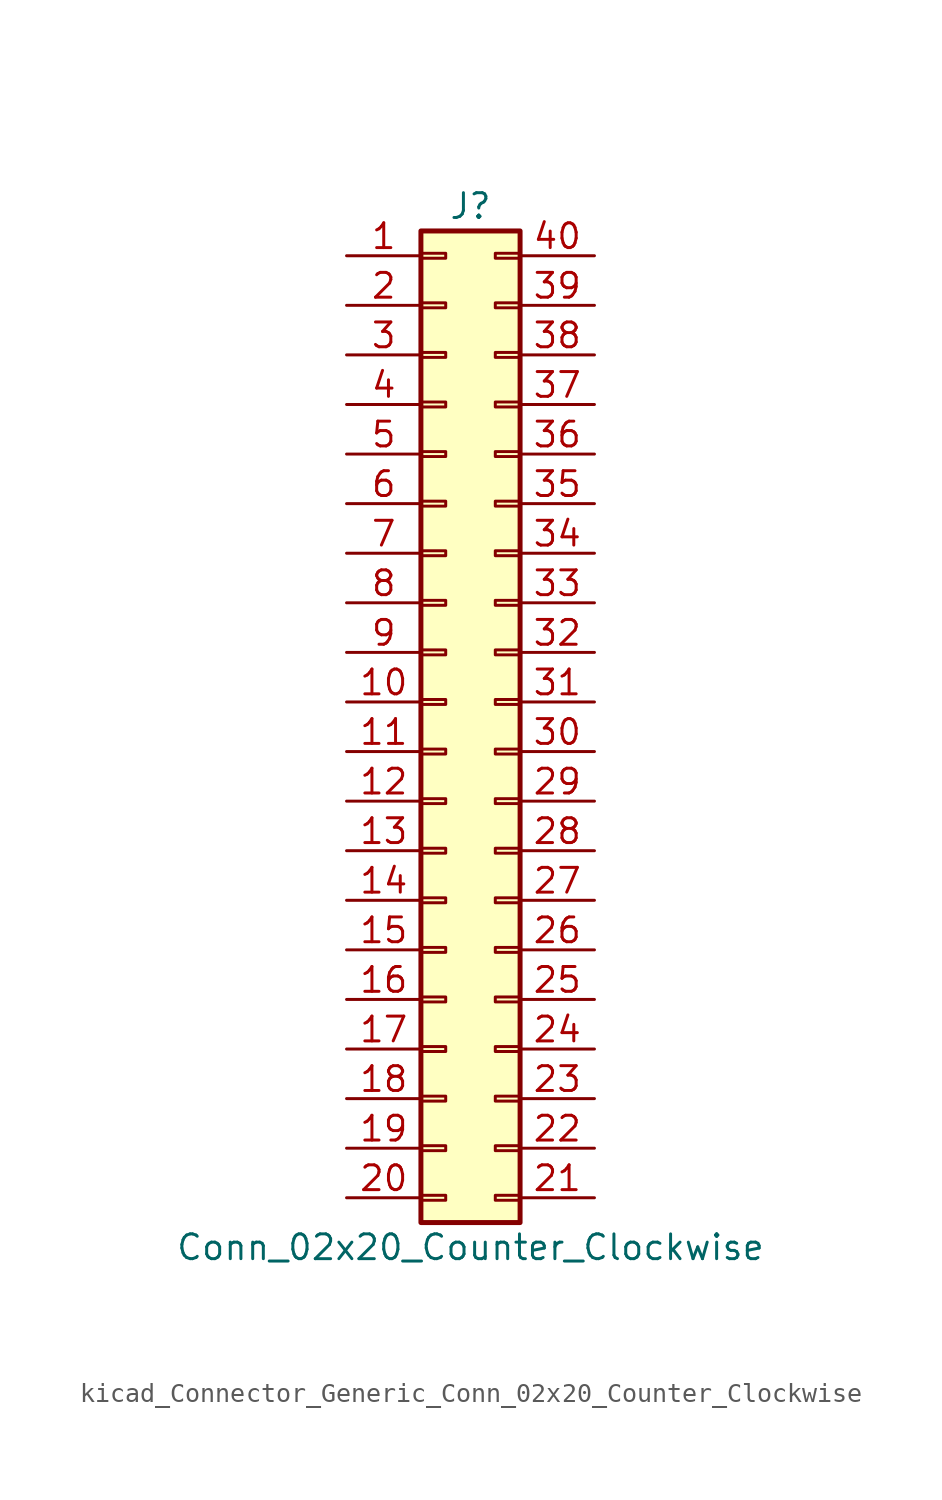
<source format=kicad_sym>
(kicad_symbol_lib
  (version 20220914)
  (generator kicad_symbol_editor)
  (symbol "kicad_Connector_Generic_Conn_02x20_Counter_Clockwise"
    (pin_names
      (offset 1.016) hide)
    (property "Reference" "J"
      (at 1.27 25.4 0)
      (effects (font (size 1.27 1.27))))
    (property "Value" "Conn_02x20_Counter_Clockwise"
      (at 1.27 -27.94 0)
      (effects (font (size 1.27 1.27))))
    (symbol "kicad_Connector_Generic_Conn_02x20_Counter_Clockwise_1_1"
      (rectangle (start -1.27 -25.273) (end 0 -25.527) (stroke (width 0.152) (type default)) (fill (type none)))
      (rectangle (start -1.27 -22.733) (end 0 -22.987) (stroke (width 0.152) (type default)) (fill (type none)))
      (rectangle (start -1.27 -20.193) (end 0 -20.447) (stroke (width 0.152) (type default)) (fill (type none)))
      (rectangle (start -1.27 -17.653) (end 0 -17.907) (stroke (width 0.152) (type default)) (fill (type none)))
      (rectangle (start -1.27 -15.113) (end 0 -15.367) (stroke (width 0.152) (type default)) (fill (type none)))
      (rectangle (start -1.27 -12.573) (end 0 -12.827) (stroke (width 0.152) (type default)) (fill (type none)))
      (rectangle (start -1.27 -10.033) (end 0 -10.287) (stroke (width 0.152) (type default)) (fill (type none)))
      (rectangle (start -1.27 -7.493) (end 0 -7.747) (stroke (width 0.152) (type default)) (fill (type none)))
      (rectangle (start -1.27 -4.953) (end 0 -5.207) (stroke (width 0.152) (type default)) (fill (type none)))
      (rectangle (start -1.27 -2.413) (end 0 -2.667) (stroke (width 0.152) (type default)) (fill (type none)))
      (rectangle (start -1.27 0.127) (end 0 -0.127) (stroke (width 0.152) (type default)) (fill (type none)))
      (rectangle (start -1.27 2.667) (end 0 2.413) (stroke (width 0.152) (type default)) (fill (type none)))
      (rectangle (start -1.27 5.207) (end 0 4.953) (stroke (width 0.152) (type default)) (fill (type none)))
      (rectangle (start -1.27 7.747) (end 0 7.493) (stroke (width 0.152) (type default)) (fill (type none)))
      (rectangle (start -1.27 10.287) (end 0 10.033) (stroke (width 0.152) (type default)) (fill (type none)))
      (rectangle (start -1.27 12.827) (end 0 12.573) (stroke (width 0.152) (type default)) (fill (type none)))
      (rectangle (start -1.27 15.367) (end 0 15.113) (stroke (width 0.152) (type default)) (fill (type none)))
      (rectangle (start -1.27 17.907) (end 0 17.653) (stroke (width 0.152) (type default)) (fill (type none)))
      (rectangle (start -1.27 20.447) (end 0 20.193) (stroke (width 0.152) (type default)) (fill (type none)))
      (rectangle (start -1.27 22.987) (end 0 22.733) (stroke (width 0.152) (type default)) (fill (type none)))
      (rectangle (start -1.27 24.13) (end 3.81 -26.67) (stroke (width 0.254) (type default)) (fill (type background)))
      (rectangle (start 3.81 -25.273) (end 2.54 -25.527) (stroke (width 0.152) (type default)) (fill (type none)))
      (rectangle (start 3.81 -22.733) (end 2.54 -22.987) (stroke (width 0.152) (type default)) (fill (type none)))
      (rectangle (start 3.81 -20.193) (end 2.54 -20.447) (stroke (width 0.152) (type default)) (fill (type none)))
      (rectangle (start 3.81 -17.653) (end 2.54 -17.907) (stroke (width 0.152) (type default)) (fill (type none)))
      (rectangle (start 3.81 -15.113) (end 2.54 -15.367) (stroke (width 0.152) (type default)) (fill (type none)))
      (rectangle (start 3.81 -12.573) (end 2.54 -12.827) (stroke (width 0.152) (type default)) (fill (type none)))
      (rectangle (start 3.81 -10.033) (end 2.54 -10.287) (stroke (width 0.152) (type default)) (fill (type none)))
      (rectangle (start 3.81 -7.493) (end 2.54 -7.747) (stroke (width 0.152) (type default)) (fill (type none)))
      (rectangle (start 3.81 -4.953) (end 2.54 -5.207) (stroke (width 0.152) (type default)) (fill (type none)))
      (rectangle (start 3.81 -2.413) (end 2.54 -2.667) (stroke (width 0.152) (type default)) (fill (type none)))
      (rectangle (start 3.81 0.127) (end 2.54 -0.127) (stroke (width 0.152) (type default)) (fill (type none)))
      (rectangle (start 3.81 2.667) (end 2.54 2.413) (stroke (width 0.152) (type default)) (fill (type none)))
      (rectangle (start 3.81 5.207) (end 2.54 4.953) (stroke (width 0.152) (type default)) (fill (type none)))
      (rectangle (start 3.81 7.747) (end 2.54 7.493) (stroke (width 0.152) (type default)) (fill (type none)))
      (rectangle (start 3.81 10.287) (end 2.54 10.033) (stroke (width 0.152) (type default)) (fill (type none)))
      (rectangle (start 3.81 12.827) (end 2.54 12.573) (stroke (width 0.152) (type default)) (fill (type none)))
      (rectangle (start 3.81 15.367) (end 2.54 15.113) (stroke (width 0.152) (type default)) (fill (type none)))
      (rectangle (start 3.81 17.907) (end 2.54 17.653) (stroke (width 0.152) (type default)) (fill (type none)))
      (rectangle (start 3.81 20.447) (end 2.54 20.193) (stroke (width 0.152) (type default)) (fill (type none)))
      (rectangle (start 3.81 22.987) (end 2.54 22.733) (stroke (width 0.152) (type default)) (fill (type none)))
      (pin passive line (at -5.08 22.86 0) (length 3.81) (name "Pin_1" (effects (font (size 1.27 1.27)))) (number "1" (effects (font (size 1.27 1.27)))))
      (pin passive line (at -5.08 0 0) (length 3.81) (name "Pin_10" (effects (font (size 1.27 1.27)))) (number "10" (effects (font (size 1.27 1.27)))))
      (pin passive line (at -5.08 -2.54 0) (length 3.81) (name "Pin_11" (effects (font (size 1.27 1.27)))) (number "11" (effects (font (size 1.27 1.27)))))
      (pin passive line (at -5.08 -5.08 0) (length 3.81) (name "Pin_12" (effects (font (size 1.27 1.27)))) (number "12" (effects (font (size 1.27 1.27)))))
      (pin passive line (at -5.08 -7.62 0) (length 3.81) (name "Pin_13" (effects (font (size 1.27 1.27)))) (number "13" (effects (font (size 1.27 1.27)))))
      (pin passive line (at -5.08 -10.16 0) (length 3.81) (name "Pin_14" (effects (font (size 1.27 1.27)))) (number "14" (effects (font (size 1.27 1.27)))))
      (pin passive line (at -5.08 -12.7 0) (length 3.81) (name "Pin_15" (effects (font (size 1.27 1.27)))) (number "15" (effects (font (size 1.27 1.27)))))
      (pin passive line (at -5.08 -15.24 0) (length 3.81) (name "Pin_16" (effects (font (size 1.27 1.27)))) (number "16" (effects (font (size 1.27 1.27)))))
      (pin passive line (at -5.08 -17.78 0) (length 3.81) (name "Pin_17" (effects (font (size 1.27 1.27)))) (number "17" (effects (font (size 1.27 1.27)))))
      (pin passive line (at -5.08 -20.32 0) (length 3.81) (name "Pin_18" (effects (font (size 1.27 1.27)))) (number "18" (effects (font (size 1.27 1.27)))))
      (pin passive line (at -5.08 -22.86 0) (length 3.81) (name "Pin_19" (effects (font (size 1.27 1.27)))) (number "19" (effects (font (size 1.27 1.27)))))
      (pin passive line (at -5.08 20.32 0) (length 3.81) (name "Pin_2" (effects (font (size 1.27 1.27)))) (number "2" (effects (font (size 1.27 1.27)))))
      (pin passive line (at -5.08 -25.4 0) (length 3.81) (name "Pin_20" (effects (font (size 1.27 1.27)))) (number "20" (effects (font (size 1.27 1.27)))))
      (pin passive line (at 7.62 -25.4 180) (length 3.81) (name "Pin_21" (effects (font (size 1.27 1.27)))) (number "21" (effects (font (size 1.27 1.27)))))
      (pin passive line (at 7.62 -22.86 180) (length 3.81) (name "Pin_22" (effects (font (size 1.27 1.27)))) (number "22" (effects (font (size 1.27 1.27)))))
      (pin passive line (at 7.62 -20.32 180) (length 3.81) (name "Pin_23" (effects (font (size 1.27 1.27)))) (number "23" (effects (font (size 1.27 1.27)))))
      (pin passive line (at 7.62 -17.78 180) (length 3.81) (name "Pin_24" (effects (font (size 1.27 1.27)))) (number "24" (effects (font (size 1.27 1.27)))))
      (pin passive line (at 7.62 -15.24 180) (length 3.81) (name "Pin_25" (effects (font (size 1.27 1.27)))) (number "25" (effects (font (size 1.27 1.27)))))
      (pin passive line (at 7.62 -12.7 180) (length 3.81) (name "Pin_26" (effects (font (size 1.27 1.27)))) (number "26" (effects (font (size 1.27 1.27)))))
      (pin passive line (at 7.62 -10.16 180) (length 3.81) (name "Pin_27" (effects (font (size 1.27 1.27)))) (number "27" (effects (font (size 1.27 1.27)))))
      (pin passive line (at 7.62 -7.62 180) (length 3.81) (name "Pin_28" (effects (font (size 1.27 1.27)))) (number "28" (effects (font (size 1.27 1.27)))))
      (pin passive line (at 7.62 -5.08 180) (length 3.81) (name "Pin_29" (effects (font (size 1.27 1.27)))) (number "29" (effects (font (size 1.27 1.27)))))
      (pin passive line (at -5.08 17.78 0) (length 3.81) (name "Pin_3" (effects (font (size 1.27 1.27)))) (number "3" (effects (font (size 1.27 1.27)))))
      (pin passive line (at 7.62 -2.54 180) (length 3.81) (name "Pin_30" (effects (font (size 1.27 1.27)))) (number "30" (effects (font (size 1.27 1.27)))))
      (pin passive line (at 7.62 0 180) (length 3.81) (name "Pin_31" (effects (font (size 1.27 1.27)))) (number "31" (effects (font (size 1.27 1.27)))))
      (pin passive line (at 7.62 2.54 180) (length 3.81) (name "Pin_32" (effects (font (size 1.27 1.27)))) (number "32" (effects (font (size 1.27 1.27)))))
      (pin passive line (at 7.62 5.08 180) (length 3.81) (name "Pin_33" (effects (font (size 1.27 1.27)))) (number "33" (effects (font (size 1.27 1.27)))))
      (pin passive line (at 7.62 7.62 180) (length 3.81) (name "Pin_34" (effects (font (size 1.27 1.27)))) (number "34" (effects (font (size 1.27 1.27)))))
      (pin passive line (at 7.62 10.16 180) (length 3.81) (name "Pin_35" (effects (font (size 1.27 1.27)))) (number "35" (effects (font (size 1.27 1.27)))))
      (pin passive line (at 7.62 12.7 180) (length 3.81) (name "Pin_36" (effects (font (size 1.27 1.27)))) (number "36" (effects (font (size 1.27 1.27)))))
      (pin passive line (at 7.62 15.24 180) (length 3.81) (name "Pin_37" (effects (font (size 1.27 1.27)))) (number "37" (effects (font (size 1.27 1.27)))))
      (pin passive line (at 7.62 17.78 180) (length 3.81) (name "Pin_38" (effects (font (size 1.27 1.27)))) (number "38" (effects (font (size 1.27 1.27)))))
      (pin passive line (at 7.62 20.32 180) (length 3.81) (name "Pin_39" (effects (font (size 1.27 1.27)))) (number "39" (effects (font (size 1.27 1.27)))))
      (pin passive line (at -5.08 15.24 0) (length 3.81) (name "Pin_4" (effects (font (size 1.27 1.27)))) (number "4" (effects (font (size 1.27 1.27)))))
      (pin passive line (at 7.62 22.86 180) (length 3.81) (name "Pin_40" (effects (font (size 1.27 1.27)))) (number "40" (effects (font (size 1.27 1.27)))))
      (pin passive line (at -5.08 12.7 0) (length 3.81) (name "Pin_5" (effects (font (size 1.27 1.27)))) (number "5" (effects (font (size 1.27 1.27)))))
      (pin passive line (at -5.08 10.16 0) (length 3.81) (name "Pin_6" (effects (font (size 1.27 1.27)))) (number "6" (effects (font (size 1.27 1.27)))))
      (pin passive line (at -5.08 7.62 0) (length 3.81) (name "Pin_7" (effects (font (size 1.27 1.27)))) (number "7" (effects (font (size 1.27 1.27)))))
      (pin passive line (at -5.08 5.08 0) (length 3.81) (name "Pin_8" (effects (font (size 1.27 1.27)))) (number "8" (effects (font (size 1.27 1.27)))))
      (pin passive line (at -5.08 2.54 0) (length 3.81) (name "Pin_9" (effects (font (size 1.27 1.27)))) (number "9" (effects (font (size 1.27 1.27))))))))
</source>
